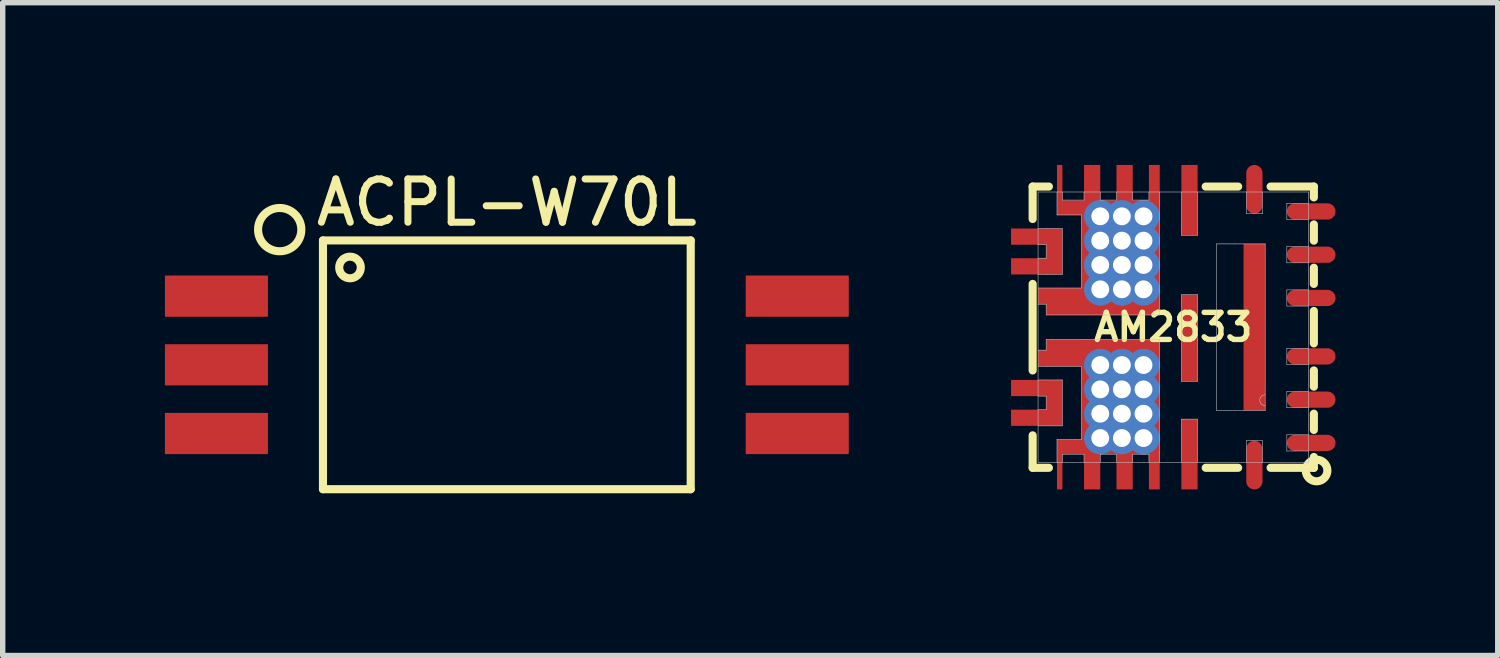
<source format=kicad_pcb>
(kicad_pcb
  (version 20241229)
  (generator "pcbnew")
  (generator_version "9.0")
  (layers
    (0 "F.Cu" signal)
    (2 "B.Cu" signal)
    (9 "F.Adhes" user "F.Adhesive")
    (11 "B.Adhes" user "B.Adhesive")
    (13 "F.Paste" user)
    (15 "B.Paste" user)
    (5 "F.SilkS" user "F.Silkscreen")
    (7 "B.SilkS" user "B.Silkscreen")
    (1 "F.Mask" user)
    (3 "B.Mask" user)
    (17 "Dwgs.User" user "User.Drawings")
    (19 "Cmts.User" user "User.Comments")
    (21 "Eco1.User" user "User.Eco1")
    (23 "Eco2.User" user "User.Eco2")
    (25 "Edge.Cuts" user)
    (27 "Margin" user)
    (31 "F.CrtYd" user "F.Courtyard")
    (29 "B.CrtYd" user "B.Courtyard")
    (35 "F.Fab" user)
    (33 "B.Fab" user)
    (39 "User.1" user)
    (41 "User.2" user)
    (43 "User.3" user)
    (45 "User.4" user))
  (footprint "ACPL-W70L"
    (layer "F.Cu")
    (at 6.322 3.696)
    (property "Reference" "ACPL-W70L" (at 0 -3 0) (layer "F.SilkS") (effects (font (size 0.8 0.8) (thickness 0.13))))
    (attr through_hole)
    (fp_line (start -3.4 -2.3) (end 3.4 -2.3) (stroke (width 0.15) (type solid)) (layer "F.SilkS"))
    (fp_line (start -3.4 2.3) (end -3.4 -2.3) (stroke (width 0.15) (type solid)) (layer "F.SilkS"))
    (fp_line (start 3.4 -2.3) (end 3.4 2.3) (stroke (width 0.15) (type solid)) (layer "F.SilkS"))
    (fp_line (start 3.4 2.3) (end -3.4 2.3) (stroke (width 0.15) (type solid)) (layer "F.SilkS"))
    (fp_circle (center -4.2 -2.5) (end -4.2 -2.9) (stroke (width 0.15) (type solid)) (fill no) (layer "F.SilkS"))
    (fp_circle (center -2.9 -1.8) (end -3.1 -1.8) (stroke (width 0.15) (type solid)) (fill no) (layer "F.SilkS"))
    (pad "1" smd rect (at -5.37 -1.27) (size 1.905 0.762) (layers "F.Cu" "F.Mask" "F.Paste"))
    (pad "2" smd rect (at -5.37 0) (size 1.905 0.762) (layers "F.Cu" "F.Mask" "F.Paste"))
    (pad "3" smd rect (at -5.37 1.27) (size 1.905 0.762) (layers "F.Cu" "F.Mask" "F.Paste"))
    (pad "4" smd rect (at 5.37 1.27) (size 1.905 0.762) (layers "F.Cu" "F.Mask" "F.Paste"))
    (pad "5" smd rect (at 5.37 0) (size 1.905 0.762) (layers "F.Cu" "F.Mask" "F.Paste"))
    (pad "6" smd rect (at 5.37 -1.27) (size 1.905 0.762) (layers "F.Cu" "F.Mask" "F.Paste")))
  (footprint "AM2833"
    (layer "F.Cu")
    (at 18.645 3)
    (property "Reference" "AM2833" (at 0 0 0) (layer "F.SilkS") (effects (font (size 0.5 0.5) (thickness 0.1))))
    (attr through_hole)
    (fp_line (start -2.6 -2.6) (end -2.6 -2) (stroke (width 0.15) (type solid)) (layer "F.SilkS"))
    (fp_line (start -2.6 -2.6) (end -2.3 -2.6) (stroke (width 0.15) (type solid)) (layer "F.SilkS"))
    (fp_line (start -2.6 -0.8) (end -2.6 0.8) (stroke (width 0.15) (type solid)) (layer "F.SilkS"))
    (fp_line (start -2.6 2.6) (end -2.6 2) (stroke (width 0.15) (type solid)) (layer "F.SilkS"))
    (fp_line (start -2.6 2.6) (end -2.3 2.6) (stroke (width 0.15) (type solid)) (layer "F.SilkS"))
    (fp_line (start 0.6 -2.6) (end 1.2 -2.6) (stroke (width 0.15) (type solid)) (layer "F.SilkS"))
    (fp_line (start 0.6 2.6) (end 1.2 2.6) (stroke (width 0.15) (type solid)) (layer "F.SilkS"))
    (fp_line (start 1.8 -2.6) (end 2.6 -2.6) (stroke (width 0.15) (type solid)) (layer "F.SilkS"))
    (fp_line (start 1.8 2.6) (end 2.6 2.6) (stroke (width 0.15) (type solid)) (layer "F.SilkS"))
    (fp_line (start 2.6 -2.6) (end 2.6 -2.4) (stroke (width 0.15) (type solid)) (layer "F.SilkS"))
    (fp_line (start 2.6 -1.9) (end 2.6 -1.6) (stroke (width 0.15) (type solid)) (layer "F.SilkS"))
    (fp_line (start 2.6 -1.1) (end 2.6 -0.8) (stroke (width 0.15) (type solid)) (layer "F.SilkS"))
    (fp_line (start 2.6 -0.3) (end 2.6 0.3) (stroke (width 0.15) (type solid)) (layer "F.SilkS"))
    (fp_line (start 2.6 0.8) (end 2.6 1.1) (stroke (width 0.15) (type solid)) (layer "F.SilkS"))
    (fp_line (start 2.6 1.6) (end 2.6 1.9) (stroke (width 0.15) (type solid)) (layer "F.SilkS"))
    (fp_line (start 2.6 2.6) (end 2.6 2.4) (stroke (width 0.15) (type solid)) (layer "F.SilkS"))
    (fp_circle (center 2.65 2.65) (end 2.85 2.65) (stroke (width 0.15) (type solid)) (fill no) (layer "F.SilkS"))
    (fp_line (start -2.5 -2.5) (end 2.5 -2.5) (stroke (width 0.01) (type solid)) (layer "Dwgs.User"))
    (fp_line (start -2.5 -1.825) (end -2.05 -1.825) (stroke (width 0.01) (type solid)) (layer "Dwgs.User"))
    (fp_line (start -2.5 -1.525) (end -2.35 -1.525) (stroke (width 0.01) (type solid)) (layer "Dwgs.User"))
    (fp_line (start -2.5 -0.725) (end -1.7 -0.725) (stroke (width 0.01) (type solid)) (layer "Dwgs.User"))
    (fp_line (start -2.5 0.725) (end -1.7 0.725) (stroke (width 0.01) (type solid)) (layer "Dwgs.User"))
    (fp_line (start -2.5 0.975) (end -2.05 0.975) (stroke (width 0.01) (type solid)) (layer "Dwgs.User"))
    (fp_line (start -2.5 1.275) (end -2.35 1.275) (stroke (width 0.01) (type solid)) (layer "Dwgs.User"))
    (fp_line (start -2.5 1.825) (end -2.05 1.825) (stroke (width 0.01) (type solid)) (layer "Dwgs.User"))
    (fp_line (start -2.5 2.5) (end -2.5 -2.5) (stroke (width 0.01) (type solid)) (layer "Dwgs.User"))
    (fp_line (start -2.35 -1.525) (end -2.35 -1.275) (stroke (width 0.01) (type solid)) (layer "Dwgs.User"))
    (fp_line (start -2.35 -1.275) (end -2.5 -1.275) (stroke (width 0.01) (type solid)) (layer "Dwgs.User"))
    (fp_line (start -2.35 -0.425) (end -2.5 -0.425) (stroke (width 0.01) (type solid)) (layer "Dwgs.User"))
    (fp_line (start -2.35 -0.225) (end -2.35 -0.425) (stroke (width 0.01) (type solid)) (layer "Dwgs.User"))
    (fp_line (start -2.35 -0.225) (end -0.25 -0.225) (stroke (width 0.01) (type solid)) (layer "Dwgs.User"))
    (fp_line (start -2.35 0.225) (end -2.35 0.425) (stroke (width 0.01) (type solid)) (layer "Dwgs.User"))
    (fp_line (start -2.35 0.225) (end -0.25 0.225) (stroke (width 0.01) (type solid)) (layer "Dwgs.User"))
    (fp_line (start -2.35 0.425) (end -2.5 0.425) (stroke (width 0.01) (type solid)) (layer "Dwgs.User"))
    (fp_line (start -2.35 1.275) (end -2.35 1.525) (stroke (width 0.01) (type solid)) (layer "Dwgs.User"))
    (fp_line (start -2.35 1.525) (end -2.5 1.525) (stroke (width 0.01) (type solid)) (layer "Dwgs.User"))
    (fp_line (start -2.15 -2.5) (end -2.15 -2.075) (stroke (width 0.01) (type solid)) (layer "Dwgs.User"))
    (fp_line (start -2.15 -2.075) (end -1.7 -2.075) (stroke (width 0.01) (type solid)) (layer "Dwgs.User"))
    (fp_line (start -2.15 2.075) (end -1.7 2.075) (stroke (width 0.01) (type solid)) (layer "Dwgs.User"))
    (fp_line (start -2.15 2.5) (end -2.15 2.075) (stroke (width 0.01) (type solid)) (layer "Dwgs.User"))
    (fp_line (start -2.05 -2.5) (end -2.05 -2.35) (stroke (width 0.01) (type solid)) (layer "Dwgs.User"))
    (fp_line (start -2.05 -2.35) (end -1.65 -2.35) (stroke (width 0.01) (type solid)) (layer "Dwgs.User"))
    (fp_line (start -2.05 -1.825) (end -2.05 -0.975) (stroke (width 0.01) (type solid)) (layer "Dwgs.User"))
    (fp_line (start -2.05 -0.975) (end -2.5 -0.975) (stroke (width 0.01) (type solid)) (layer "Dwgs.User"))
    (fp_line (start -2.05 0.975) (end -2.05 1.825) (stroke (width 0.01) (type solid)) (layer "Dwgs.User"))
    (fp_line (start -2.05 2.35) (end -1.65 2.35) (stroke (width 0.01) (type solid)) (layer "Dwgs.User"))
    (fp_line (start -2.05 2.5) (end -2.05 2.35) (stroke (width 0.01) (type solid)) (layer "Dwgs.User"))
    (fp_line (start -1.7 -0.725) (end -1.7 -2.075) (stroke (width 0.01) (type solid)) (layer "Dwgs.User"))
    (fp_line (start -1.7 0.725) (end -1.7 2.075) (stroke (width 0.01) (type solid)) (layer "Dwgs.User"))
    (fp_line (start -1.65 -2.35) (end -1.65 -2.5) (stroke (width 0.01) (type solid)) (layer "Dwgs.User"))
    (fp_line (start -1.65 2.35) (end -1.65 2.5) (stroke (width 0.01) (type solid)) (layer "Dwgs.User"))
    (fp_line (start -1.35 -2.5) (end -1.35 -2.35) (stroke (width 0.01) (type solid)) (layer "Dwgs.User"))
    (fp_line (start -1.35 -2.35) (end -1.05 -2.35) (stroke (width 0.01) (type solid)) (layer "Dwgs.User"))
    (fp_line (start -1.35 2.35) (end -1.35 2.5) (stroke (width 0.01) (type solid)) (layer "Dwgs.User"))
    (fp_line (start -1.05 -2.35) (end -1.05 -2.5) (stroke (width 0.01) (type solid)) (layer "Dwgs.User"))
    (fp_line (start -1.05 2.35) (end -1.35 2.35) (stroke (width 0.01) (type solid)) (layer "Dwgs.User"))
    (fp_line (start -1.05 2.5) (end -1.05 2.35) (stroke (width 0.01) (type solid)) (layer "Dwgs.User"))
    (fp_line (start -0.75 -2.5) (end -0.75 -2.35) (stroke (width 0.01) (type solid)) (layer "Dwgs.User"))
    (fp_line (start -0.75 -2.35) (end -0.45 -2.35) (stroke (width 0.01) (type solid)) (layer "Dwgs.User"))
    (fp_line (start -0.75 2.35) (end -0.75 2.5) (stroke (width 0.01) (type solid)) (layer "Dwgs.User"))
    (fp_line (start -0.45 -2.35) (end -0.45 -2.5) (stroke (width 0.01) (type solid)) (layer "Dwgs.User"))
    (fp_line (start -0.45 2.35) (end -0.75 2.35) (stroke (width 0.01) (type solid)) (layer "Dwgs.User"))
    (fp_line (start -0.45 2.5) (end -0.45 2.35) (stroke (width 0.01) (type solid)) (layer "Dwgs.User"))
    (fp_line (start -0.25 -0.225) (end -0.25 -2.5) (stroke (width 0.01) (type solid)) (layer "Dwgs.User"))
    (fp_line (start -0.25 0.225) (end -0.25 2.5) (stroke (width 0.01) (type solid)) (layer "Dwgs.User"))
    (fp_line (start 0.15 -2.5) (end 0.15 -1.7) (stroke (width 0.01) (type solid)) (layer "Dwgs.User"))
    (fp_line (start 0.15 -1.7) (end 0.45 -1.7) (stroke (width 0.01) (type solid)) (layer "Dwgs.User"))
    (fp_line (start 0.15 -0.6) (end 0.45 -0.6) (stroke (width 0.01) (type solid)) (layer "Dwgs.User"))
    (fp_line (start 0.15 1) (end 0.15 -0.6) (stroke (width 0.01) (type solid)) (layer "Dwgs.User"))
    (fp_line (start 0.15 1.7) (end 0.45 1.7) (stroke (width 0.01) (type solid)) (layer "Dwgs.User"))
    (fp_line (start 0.15 2.5) (end 0.15 1.7) (stroke (width 0.01) (type solid)) (layer "Dwgs.User"))
    (fp_line (start 0.45 -1.7) (end 0.45 -2.5) (stroke (width 0.01) (type solid)) (layer "Dwgs.User"))
    (fp_line (start 0.45 -0.6) (end 0.45 1) (stroke (width 0.01) (type solid)) (layer "Dwgs.User"))
    (fp_line (start 0.45 1) (end 0.15 1) (stroke (width 0.01) (type solid)) (layer "Dwgs.User"))
    (fp_line (start 0.45 1.7) (end 0.45 2.5) (stroke (width 0.01) (type solid)) (layer "Dwgs.User"))
    (fp_line (start 0.8 -1.54) (end 0.8 1.54) (stroke (width 0.01) (type solid)) (layer "Dwgs.User"))
    (fp_line (start 0.8 1.54) (end 1.7 1.54) (stroke (width 0.01) (type solid)) (layer "Dwgs.User"))
    (fp_line (start 1.35 -2.5) (end 1.35 -2.1) (stroke (width 0.01) (type solid)) (layer "Dwgs.User"))
    (fp_line (start 1.35 -2.1) (end 1.65 -2.1) (stroke (width 0.01) (type solid)) (layer "Dwgs.User"))
    (fp_line (start 1.35 2.1) (end 1.65 2.1) (stroke (width 0.01) (type solid)) (layer "Dwgs.User"))
    (fp_line (start 1.35 2.5) (end 1.35 2.1) (stroke (width 0.01) (type solid)) (layer "Dwgs.User"))
    (fp_line (start 1.65 -2.1) (end 1.65 -2.5) (stroke (width 0.01) (type solid)) (layer "Dwgs.User"))
    (fp_line (start 1.65 2.1) (end 1.65 2.5) (stroke (width 0.01) (type solid)) (layer "Dwgs.User"))
    (fp_line (start 1.7 -1.54) (end 0.8 -1.54) (stroke (width 0.01) (type solid)) (layer "Dwgs.User"))
    (fp_line (start 1.7 1.54) (end 1.7 -1.54) (stroke (width 0.01) (type solid)) (layer "Dwgs.User"))
    (fp_line (start 2.1 -2.29) (end 2.1 -1.99) (stroke (width 0.01) (type solid)) (layer "Dwgs.User"))
    (fp_line (start 2.1 -1.99) (end 2.5 -1.99) (stroke (width 0.01) (type solid)) (layer "Dwgs.User"))
    (fp_line (start 2.1 -1.49) (end 2.1 -1.19) (stroke (width 0.01) (type solid)) (layer "Dwgs.User"))
    (fp_line (start 2.1 -1.19) (end 2.5 -1.19) (stroke (width 0.01) (type solid)) (layer "Dwgs.User"))
    (fp_line (start 2.1 -0.69) (end 2.1 -0.39) (stroke (width 0.01) (type solid)) (layer "Dwgs.User"))
    (fp_line (start 2.1 -0.39) (end 2.5 -0.39) (stroke (width 0.01) (type solid)) (layer "Dwgs.User"))
    (fp_line (start 2.1 0.39) (end 2.1 0.69) (stroke (width 0.01) (type solid)) (layer "Dwgs.User"))
    (fp_line (start 2.1 0.69) (end 2.5 0.69) (stroke (width 0.01) (type solid)) (layer "Dwgs.User"))
    (fp_line (start 2.1 1.19) (end 2.5 1.19) (stroke (width 0.01) (type solid)) (layer "Dwgs.User"))
    (fp_line (start 2.1 1.49) (end 2.1 1.19) (stroke (width 0.01) (type solid)) (layer "Dwgs.User"))
    (fp_line (start 2.1 1.99) (end 2.5 1.99) (stroke (width 0.01) (type solid)) (layer "Dwgs.User"))
    (fp_line (start 2.1 2.29) (end 2.1 1.99) (stroke (width 0.01) (type solid)) (layer "Dwgs.User"))
    (fp_line (start 2.5 -2.5) (end 2.5 2.5) (stroke (width 0.01) (type solid)) (layer "Dwgs.User"))
    (fp_line (start 2.5 -2.29) (end 2.1 -2.29) (stroke (width 0.01) (type solid)) (layer "Dwgs.User"))
    (fp_line (start 2.5 -1.49) (end 2.1 -1.49) (stroke (width 0.01) (type solid)) (layer "Dwgs.User"))
    (fp_line (start 2.5 -0.69) (end 2.1 -0.69) (stroke (width 0.01) (type solid)) (layer "Dwgs.User"))
    (fp_line (start 2.5 0.39) (end 2.1 0.39) (stroke (width 0.01) (type solid)) (layer "Dwgs.User"))
    (fp_line (start 2.5 1.49) (end 2.1 1.49) (stroke (width 0.01) (type solid)) (layer "Dwgs.User"))
    (fp_line (start 2.5 2.29) (end 2.1 2.29) (stroke (width 0.01) (type solid)) (layer "Dwgs.User"))
    (fp_line (start 2.5 2.5) (end -2.5 2.5) (stroke (width 0.01) (type solid)) (layer "Dwgs.User"))
    (fp_arc (start 1.7 1.45) (mid 1.6 1.35) (end 1.7 1.25) (stroke (width 0.01) (type solid)) (layer "Dwgs.User"))
    (pad "1" smd oval (at 2.55 2.14 90) (size 0.3 0.9) (layers "F.Cu" "F.Mask" "F.Paste"))
    (pad "2" smd oval (at 2.55 1.34) (size 0.9 0.3) (layers "F.Cu" "F.Mask" "F.Paste"))
    (pad "3" smd oval (at 2.55 0.54) (size 0.9 0.3) (layers "F.Cu" "F.Mask" "F.Paste"))
    (pad "4" smd oval (at 2.55 -0.54) (size 0.9 0.3) (layers "F.Cu" "F.Mask" "F.Paste"))
    (pad "5" smd oval (at 2.55 -1.34) (size 0.9 0.3) (layers "F.Cu" "F.Mask" "F.Paste"))
    (pad "6" smd oval (at 2.55 -2.14) (size 0.9 0.3) (layers "F.Cu" "F.Mask" "F.Paste"))
    (pad "7" smd oval (at 1.5 -2.55 90) (size 0.9 0.3) (layers "F.Cu" "F.Mask" "F.Paste"))
    (pad "8" smd rect (at 0.3 -2.35 90) (size 1.3 0.3) (layers "F.Cu" "F.Mask" "F.Paste"))
    (pad "9" smd rect (at -2.4 -0.575 270) (size 0.3 0.2) (layers "F.Cu" "F.Mask" "F.Paste"))
    (pad "9" smd rect (at -2.1 -2.65 180) (size 0.1 0.7) (layers "F.Cu" "F.Mask" "F.Paste"))
    (pad "9" smd rect (at -2 -0.475 270) (size 0.5 0.7) (layers "F.Cu" "F.Mask" "F.Paste"))
    (pad "9" smd rect (at -1.5 -2.65 180) (size 0.3 0.7) (layers "F.Cu" "F.Mask" "F.Paste"))
    (pad "9" thru_hole circle (at -1.35 -2.05 90) (size 0.6 0.6) (drill 0.33) (layers "*.Cu" "F.Mask" "F.Paste"))
    (pad "9" thru_hole circle (at -1.35 -1.6 90) (size 0.6 0.6) (drill 0.33) (layers "*.Cu" "F.Mask" "F.Paste"))
    (pad "9" thru_hole circle (at -1.35 -1.15 90) (size 0.6 0.6) (drill 0.33) (layers "*.Cu" "F.Mask" "F.Paste"))
    (pad "9" thru_hole circle (at -1.35 -0.7 90) (size 0.6 0.6) (drill 0.33) (layers "*.Cu" "F.Mask" "F.Paste"))
    (pad "9" smd rect (at -1.2 -2.21) (size 1.9 0.27) (layers "F.Cu" "F.Mask" "F.Paste"))
    (pad "9" smd rect (at -0.975 -1.175 180) (size 1.45 1.9) (layers "F.Cu" "F.Mask" "F.Paste"))
    (pad "9" thru_hole circle (at -0.95 -2.05 90) (size 0.6 0.6) (drill 0.33) (layers "*.Cu" "F.Mask" "F.Paste"))
    (pad "9" thru_hole circle (at -0.95 -1.6 90) (size 0.6 0.6) (drill 0.33) (layers "*.Cu" "F.Mask" "F.Paste"))
    (pad "9" thru_hole circle (at -0.95 -1.15 90) (size 0.6 0.6) (drill 0.33) (layers "*.Cu" "F.Mask" "F.Paste"))
    (pad "9" thru_hole circle (at -0.95 -0.7 90) (size 0.6 0.6) (drill 0.33) (layers "*.Cu" "F.Mask" "F.Paste"))
    (pad "9" smd rect (at -0.9 -2.65 180) (size 0.3 0.7) (layers "F.Cu" "F.Mask" "F.Paste"))
    (pad "9" thru_hole circle (at -0.55 -2.05 90) (size 0.6 0.6) (drill 0.33) (layers "*.Cu" "F.Mask" "F.Paste"))
    (pad "9" thru_hole circle (at -0.55 -1.6 90) (size 0.6 0.6) (drill 0.33) (layers "*.Cu" "F.Mask" "F.Paste"))
    (pad "9" thru_hole circle (at -0.55 -1.15 90) (size 0.6 0.6) (drill 0.33) (layers "*.Cu" "F.Mask" "F.Paste"))
    (pad "9" thru_hole circle (at -0.55 -0.7 90) (size 0.6 0.6) (drill 0.33) (layers "*.Cu" "F.Mask" "F.Paste"))
    (pad "9" smd rect (at -0.35 -2.65 180) (size 0.2 0.7) (layers "F.Cu" "F.Mask" "F.Paste"))
    (pad "10" smd rect (at -2.65 -1.675 270) (size 0.3 0.7) (layers "F.Cu" "F.Mask" "F.Paste"))
    (pad "10" smd rect (at -2.65 -1.125 270) (size 0.3 0.7) (layers "F.Cu" "F.Mask" "F.Paste"))
    (pad "10" smd rect (at -2.2 -1.4 180) (size 0.3 0.85) (layers "F.Cu" "F.Mask" "F.Paste"))
    (pad "11" smd rect (at -2.65 1.125 270) (size 0.3 0.7) (layers "F.Cu" "F.Mask" "F.Paste"))
    (pad "11" smd rect (at -2.65 1.675 270) (size 0.3 0.7) (layers "F.Cu" "F.Mask" "F.Paste"))
    (pad "11" smd rect (at -2.2 1.4 180) (size 0.3 0.85) (layers "F.Cu" "F.Mask" "F.Paste"))
    (pad "12" smd rect (at -2.4 0.575 270) (size 0.3 0.2) (layers "F.Cu" "F.Mask" "F.Paste"))
    (pad "12" smd rect (at -2.1 2.65 180) (size 0.1 0.7) (layers "F.Cu" "F.Mask" "F.Paste"))
    (pad "12" smd rect (at -2 0.475 270) (size 0.5 0.7) (layers "F.Cu" "F.Mask" "F.Paste"))
    (pad "12" smd rect (at -1.5 2.65 180) (size 0.3 0.7) (layers "F.Cu" "F.Mask" "F.Paste"))
    (pad "12" thru_hole circle (at -1.35 0.7 90) (size 0.6 0.6) (drill 0.33) (layers "*.Cu" "F.Mask" "F.Paste"))
    (pad "12" thru_hole circle (at -1.35 1.15 90) (size 0.6 0.6) (drill 0.33) (layers "*.Cu" "F.Mask" "F.Paste"))
    (pad "12" thru_hole circle (at -1.35 1.6 90) (size 0.6 0.6) (drill 0.33) (layers "*.Cu" "F.Mask" "F.Paste"))
    (pad "12" thru_hole circle (at -1.35 2.05 90) (size 0.6 0.6) (drill 0.33) (layers "*.Cu" "F.Mask" "F.Paste"))
    (pad "12" smd rect (at -1.2 2.21) (size 1.9 0.27) (layers "F.Cu" "F.Mask" "F.Paste"))
    (pad "12" smd rect (at -0.975 1.175 180) (size 1.45 1.9) (layers "F.Cu" "F.Mask" "F.Paste"))
    (pad "12" thru_hole circle (at -0.95 0.7 90) (size 0.6 0.6) (drill 0.33) (layers "*.Cu" "F.Mask" "F.Paste"))
    (pad "12" thru_hole circle (at -0.95 1.15 90) (size 0.6 0.6) (drill 0.33) (layers "*.Cu" "F.Mask" "F.Paste"))
    (pad "12" thru_hole circle (at -0.95 1.6 90) (size 0.6 0.6) (drill 0.33) (layers "*.Cu" "F.Mask" "F.Paste"))
    (pad "12" thru_hole circle (at -0.95 2.05 90) (size 0.6 0.6) (drill 0.33) (layers "*.Cu" "F.Mask" "F.Paste"))
    (pad "12" smd rect (at -0.9 2.65 180) (size 0.3 0.7) (layers "F.Cu" "F.Mask" "F.Paste"))
    (pad "12" thru_hole circle (at -0.55 0.7 90) (size 0.6 0.6) (drill 0.33) (layers "*.Cu" "F.Mask" "F.Paste"))
    (pad "12" thru_hole circle (at -0.55 1.15 90) (size 0.6 0.6) (drill 0.33) (layers "*.Cu" "F.Mask" "F.Paste"))
    (pad "12" thru_hole circle (at -0.55 1.6 90) (size 0.6 0.6) (drill 0.33) (layers "*.Cu" "F.Mask" "F.Paste"))
    (pad "12" thru_hole circle (at -0.55 2.05 90) (size 0.6 0.6) (drill 0.33) (layers "*.Cu" "F.Mask" "F.Paste"))
    (pad "12" smd rect (at -0.35 2.65 180) (size 0.2 0.7) (layers "F.Cu" "F.Mask" "F.Paste"))
    (pad "13" smd rect (at 0.3 2.35 90) (size 1.3 0.3) (layers "F.Cu" "F.Mask" "F.Paste"))
    (pad "14" smd oval (at 1.5 2.55 180) (size 0.3 0.9) (layers "F.Cu" "F.Mask" "F.Paste"))
    (pad "15" smd rect (at 0.3 0.2 90) (size 1.6 0.3) (layers "F.Cu" "F.Mask" "F.Paste"))
    (pad "16" smd rect (at 1.5 0 90) (size 3.08 0.4) (layers "F.Cu" "F.Mask" "F.Paste")))
  (gr_rect
    (start -3 -3)
    (end 24.645 9.071)
    (stroke (width 0.1) (type default))
    (fill no)
    (layer "Edge.Cuts")))
</source>
